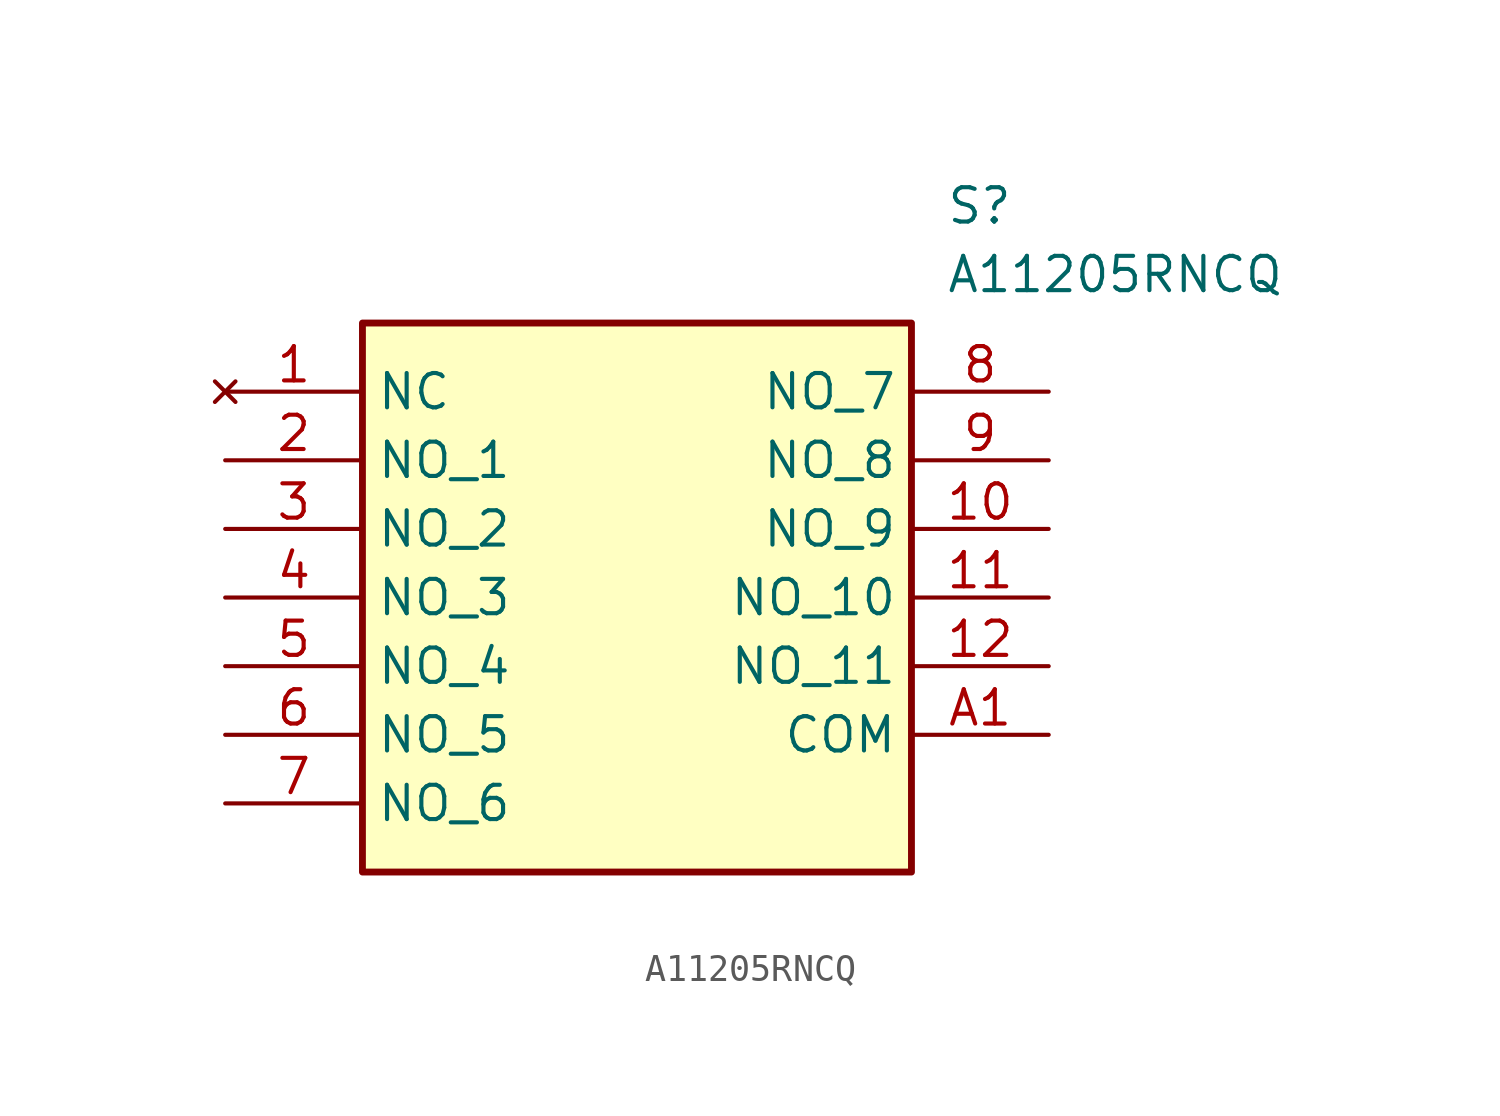
<source format=kicad_sym>
(kicad_symbol_lib
  (version 20211014)
  (generator SamacSys_ECAD_Model)
  (symbol "A11205RNCQ"
    (property "Reference" "S"
      (at 26.67 7.62 0)
      (effects (font (size 1.27 1.27)) (justify left top)))
    (property "Value" "A11205RNCQ"
      (at 26.67 5.08 0)
      (effects (font (size 1.27 1.27)) (justify left top)))
    (rectangle
      (start 5.08 2.54)
      (end 25.4 -17.78)
      (stroke (width 0.254) (type default))
      (fill (type background)))
    (pin no_connect line
      (at 0 0 0)
      (length 5.08)
      (name "NC" (effects (font (size 1.27 1.27))))
      (number "1" (effects (font (size 1.27 1.27)))))
    (pin passive line
      (at 0 -2.54 0)
      (length 5.08)
      (name "NO_1" (effects (font (size 1.27 1.27))))
      (number "2" (effects (font (size 1.27 1.27)))))
    (pin passive line
      (at 0 -5.08 0)
      (length 5.08)
      (name "NO_2" (effects (font (size 1.27 1.27))))
      (number "3" (effects (font (size 1.27 1.27)))))
    (pin passive line
      (at 0 -7.62 0)
      (length 5.08)
      (name "NO_3" (effects (font (size 1.27 1.27))))
      (number "4" (effects (font (size 1.27 1.27)))))
    (pin passive line
      (at 0 -10.16 0)
      (length 5.08)
      (name "NO_4" (effects (font (size 1.27 1.27))))
      (number "5" (effects (font (size 1.27 1.27)))))
    (pin passive line
      (at 0 -12.7 0)
      (length 5.08)
      (name "NO_5" (effects (font (size 1.27 1.27))))
      (number "6" (effects (font (size 1.27 1.27)))))
    (pin passive line
      (at 0 -15.24 0)
      (length 5.08)
      (name "NO_6" (effects (font (size 1.27 1.27))))
      (number "7" (effects (font (size 1.27 1.27)))))
    (pin passive line
      (at 30.48 0 180)
      (length 5.08)
      (name "NO_7" (effects (font (size 1.27 1.27))))
      (number "8" (effects (font (size 1.27 1.27)))))
    (pin passive line
      (at 30.48 -2.54 180)
      (length 5.08)
      (name "NO_8" (effects (font (size 1.27 1.27))))
      (number "9" (effects (font (size 1.27 1.27)))))
    (pin passive line
      (at 30.48 -5.08 180)
      (length 5.08)
      (name "NO_9" (effects (font (size 1.27 1.27))))
      (number "10" (effects (font (size 1.27 1.27)))))
    (pin passive line
      (at 30.48 -7.62 180)
      (length 5.08)
      (name "NO_10" (effects (font (size 1.27 1.27))))
      (number "11" (effects (font (size 1.27 1.27)))))
    (pin passive line
      (at 30.48 -10.16 180)
      (length 5.08)
      (name "NO_11" (effects (font (size 1.27 1.27))))
      (number "12" (effects (font (size 1.27 1.27)))))
    (pin passive line
      (at 30.48 -12.7 180)
      (length 5.08)
      (name "COM" (effects (font (size 1.27 1.27))))
      (number "A1" (effects (font (size 1.27 1.27)))))))
</source>
